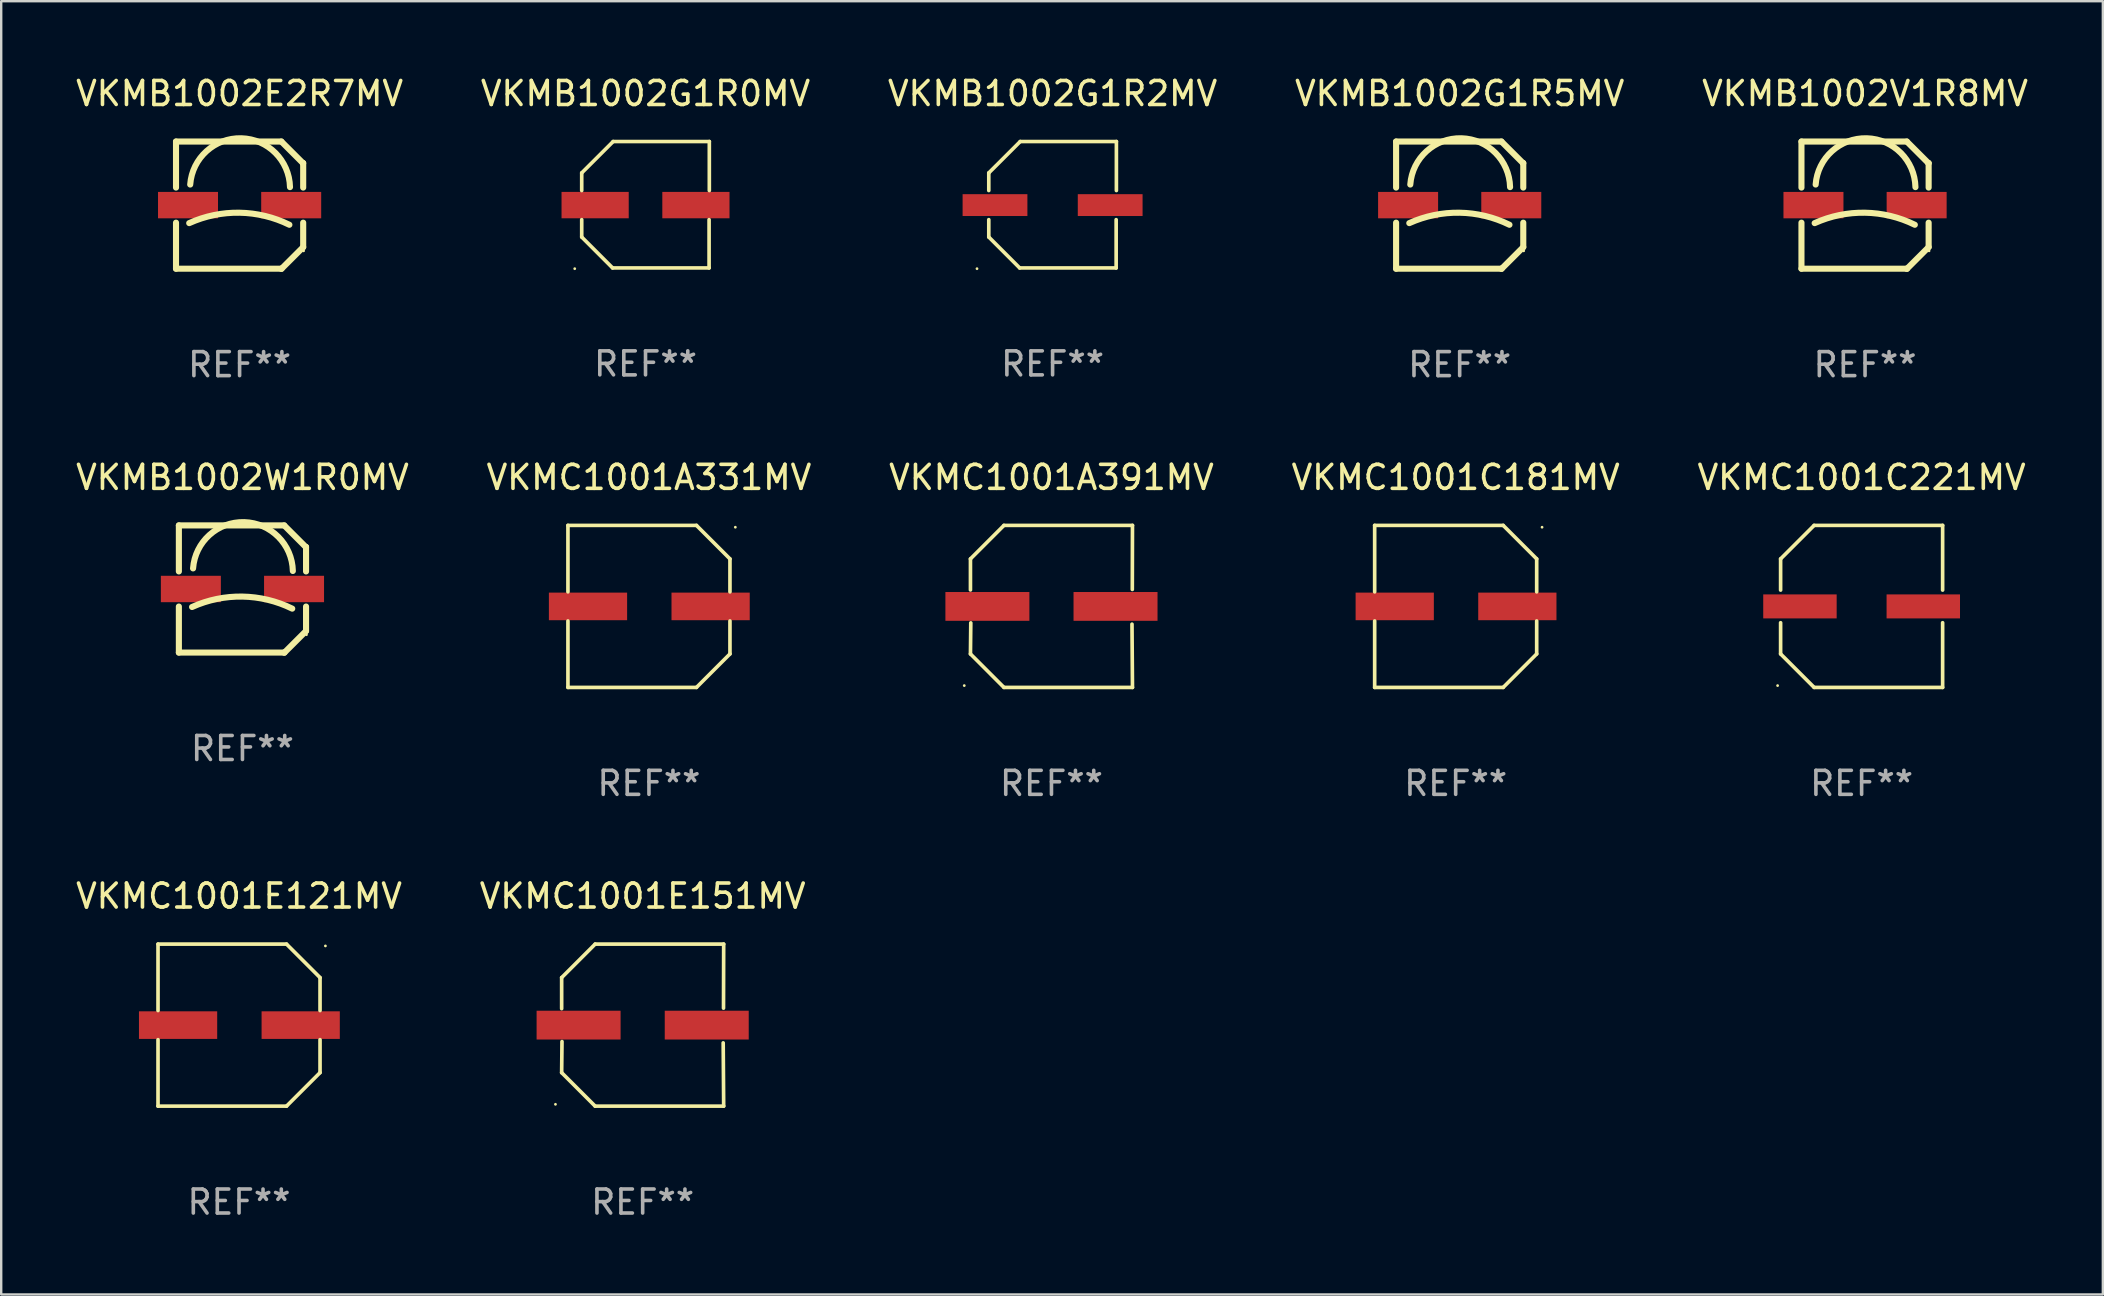
<source format=kicad_pcb>
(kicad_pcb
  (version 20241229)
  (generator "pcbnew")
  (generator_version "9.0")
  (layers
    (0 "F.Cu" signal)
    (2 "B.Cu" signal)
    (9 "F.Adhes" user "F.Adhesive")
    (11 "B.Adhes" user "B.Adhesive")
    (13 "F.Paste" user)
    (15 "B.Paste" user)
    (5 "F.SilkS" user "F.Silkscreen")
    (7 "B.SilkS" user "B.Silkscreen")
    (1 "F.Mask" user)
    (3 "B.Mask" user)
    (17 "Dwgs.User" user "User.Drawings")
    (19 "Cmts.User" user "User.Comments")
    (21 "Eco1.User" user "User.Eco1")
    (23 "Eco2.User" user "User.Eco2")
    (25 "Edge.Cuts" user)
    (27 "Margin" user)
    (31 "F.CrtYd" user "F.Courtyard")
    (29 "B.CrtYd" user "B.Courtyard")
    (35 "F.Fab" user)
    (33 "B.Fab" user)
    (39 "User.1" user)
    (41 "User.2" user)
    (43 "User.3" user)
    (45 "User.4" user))
  (footprint "VKMB1002E2R7MV"
    (layer "F.Cu")
    (at 6.935 5.498)
    (property "Reference" "VKMB1002E2R7MV" (at 0 -4.65 0) (layer "F.SilkS") (effects (font (size 1 1) (thickness 0.15))))
    (attr through_hole)
    (fp_line (start -2.65 -2.65) (end 1.74 -2.65) (stroke (width 0.254) (type solid)) (layer "F.SilkS"))
    (fp_line (start -2.65 -0.731) (end -2.65 -2.65) (stroke (width 0.254) (type solid)) (layer "F.SilkS"))
    (fp_line (start -2.65 2.65) (end -2.65 0.731) (stroke (width 0.254) (type solid)) (layer "F.SilkS"))
    (fp_line (start -2.65 2.65) (end 1.73 2.65) (stroke (width 0.254) (type solid)) (layer "F.SilkS"))
    (fp_line (start 1.73 2.65) (end 1.75 2.65) (stroke (width 0.254) (type solid)) (layer "F.SilkS"))
    (fp_line (start 1.75 2.65) (end 2.65 1.75) (stroke (width 0.254) (type solid)) (layer "F.SilkS"))
    (fp_line (start 2.64 -1.75) (end 1.74 -2.65) (stroke (width 0.254) (type solid)) (layer "F.SilkS"))
    (fp_line (start 2.65 -1.75) (end 2.64 -1.75) (stroke (width 0.254) (type solid)) (layer "F.SilkS"))
    (fp_line (start 2.65 -0.731) (end 2.65 -1.75) (stroke (width 0.254) (type solid)) (layer "F.SilkS"))
    (fp_line (start 2.65 1.75) (end 2.65 0.731) (stroke (width 0.254) (type solid)) (layer "F.SilkS"))
    (fp_arc (start -2.1 0.749886) (mid -0.005214 0.316693) (end 2.074168 0.818644) (stroke (width 0.254001) (type solid)) (layer "F.SilkS"))
    (fp_arc (start -2.058369 -0.857759) (mid 0.072137 -2.78601) (end 2.1 -0.750089) (stroke (width 0.254001) (type solid)) (layer "F.SilkS"))
    (fp_circle (center 2.667 1.905) (end 2.697 1.905) (stroke (width 0.06) (type solid)) (fill no) (layer "F.SilkS"))
    (fp_text user "REF**" (at 0 6.65 0) (layer "F.Fab") (effects (font (size 1 1) (thickness 0.15))))
    (pad "1" smd rect (at 2.15 0) (size 2.5 1.1) (layers "F.Cu" "F.Mask" "F.Paste"))
    (pad "2" smd rect (at -2.15 0) (size 2.5 1.1) (layers "F.Cu" "F.Mask" "F.Paste")))
  (footprint "VKMC1001E151MV"
    (layer "F.Cu")
    (at 23.732 39.67)
    (property "Reference" "VKMC1001E151MV" (at 0 -5.376 0) (layer "F.SilkS") (effects (font (size 1 1) (thickness 0.15))))
    (attr through_hole)
    (fp_line (start -3.376 -1.98) (end -3.376 -0.686) (stroke (width 0.152) (type solid)) (layer "F.SilkS"))
    (fp_line (start -3.376 1.981) (end -3.362 0.686) (stroke (width 0.152) (type solid)) (layer "F.SilkS"))
    (fp_line (start -1.981 3.376) (end -3.376 1.981) (stroke (width 0.152) (type solid)) (layer "F.SilkS"))
    (fp_line (start -1.98 -3.376) (end -3.376 -1.98) (stroke (width 0.152) (type solid)) (layer "F.SilkS"))
    (fp_line (start 3.356 0.74) (end 3.376 3.376) (stroke (width 0.152) (type solid)) (layer "F.SilkS"))
    (fp_line (start 3.369 -0.707) (end 3.376 -3.376) (stroke (width 0.152) (type solid)) (layer "F.SilkS"))
    (fp_line (start 3.376 3.376) (end -1.981 3.376) (stroke (width 0.152) (type solid)) (layer "F.SilkS"))
    (fp_line (start 3.376 -3.376) (end -1.98 -3.376) (stroke (width 0.152) (type solid)) (layer "F.SilkS"))
    (fp_circle (center -3.634 3.3) (end -3.604 3.3) (stroke (width 0.06) (type solid)) (fill no) (layer "F.SilkS"))
    (fp_text user "REF**" (at 0 7.376 0) (layer "F.Fab") (effects (font (size 1 1) (thickness 0.15))))
    (pad "1" smd rect (at -2.67 0.000254) (size 3.5 1.2) (layers "F.Cu" "F.Mask" "F.Paste"))
    (pad "2" smd rect (at 2.67 0.000254) (size 3.5 1.2) (layers "F.Cu" "F.Mask" "F.Paste")))
  (footprint "VKMB1002G1R0MV"
    (layer "F.Cu")
    (at 23.851 5.482)
    (property "Reference" "VKMB1002G1R0MV" (at 0 -4.634 0) (layer "F.SilkS") (effects (font (size 1 1) (thickness 0.15))))
    (attr through_hole)
    (fp_line (start -2.659 -1.326) (end -2.659 -0.592) (stroke (width 0.152) (type solid)) (layer "F.SilkS"))
    (fp_line (start -2.659 1.346) (end -2.659 0.622) (stroke (width 0.152) (type solid)) (layer "F.SilkS"))
    (fp_line (start -1.372 2.634) (end -2.659 1.346) (stroke (width 0.152) (type solid)) (layer "F.SilkS"))
    (fp_line (start -1.349 -2.634) (end -2.659 -1.326) (stroke (width 0.152) (type solid)) (layer "F.SilkS"))
    (fp_line (start 2.649 0.622) (end 2.649 2.634) (stroke (width 0.152) (type solid)) (layer "F.SilkS"))
    (fp_line (start 2.649 2.634) (end -1.372 2.634) (stroke (width 0.152) (type solid)) (layer "F.SilkS"))
    (fp_line (start 2.659 -2.634) (end -1.349 -2.634) (stroke (width 0.152) (type solid)) (layer "F.SilkS"))
    (fp_line (start 2.659 -0.592) (end 2.659 -2.634) (stroke (width 0.152) (type solid)) (layer "F.SilkS"))
    (fp_circle (center -2.95 2.665) (end -2.92 2.665) (stroke (width 0.06) (type solid)) (fill no) (layer "F.SilkS"))
    (fp_text user "REF**" (at 0 6.634 0) (layer "F.Fab") (effects (font (size 1 1) (thickness 0.15))))
    (pad "1" smd rect (at -2.1 0.015) (size 2.8 1.1) (layers "F.Cu" "F.Mask" "F.Paste"))
    (pad "2" smd rect (at 2.1 0.015) (size 2.8 1.1) (layers "F.Cu" "F.Mask" "F.Paste")))
  (footprint "VKMC1001A331MV"
    (layer "F.Cu")
    (at 23.994 22.221)
    (property "Reference" "VKMC1001A331MV" (at 0 -5.376 0) (layer "F.SilkS") (effects (font (size 1 1) (thickness 0.15))))
    (attr through_hole)
    (fp_line (start -3.376 -3.376) (end 1.98 -3.376) (stroke (width 0.152) (type solid)) (layer "F.SilkS"))
    (fp_line (start -3.376 -0.607) (end -3.376 -3.376) (stroke (width 0.152) (type solid)) (layer "F.SilkS"))
    (fp_line (start -3.376 0.607) (end -3.376 3.376) (stroke (width 0.152) (type solid)) (layer "F.SilkS"))
    (fp_line (start -3.376 3.376) (end 1.98 3.376) (stroke (width 0.152) (type solid)) (layer "F.SilkS"))
    (fp_line (start 1.98 -3.376) (end 3.376 -1.98) (stroke (width 0.152) (type solid)) (layer "F.SilkS"))
    (fp_line (start 1.98 3.376) (end 3.376 1.98) (stroke (width 0.152) (type solid)) (layer "F.SilkS"))
    (fp_line (start 3.376 -1.98) (end 3.376 -0.607) (stroke (width 0.152) (type solid)) (layer "F.SilkS"))
    (fp_line (start 3.376 1.98) (end 3.376 0.607) (stroke (width 0.152) (type solid)) (layer "F.SilkS"))
    (fp_circle (center 3.6 -3.3) (end 3.63 -3.3) (stroke (width 0.06) (type solid)) (fill no) (layer "F.SilkS"))
    (fp_text user "REF**" (at 0 7.376 0) (layer "F.Fab") (effects (font (size 1 1) (thickness 0.15))))
    (pad "1" smd rect (at 2.57 0 180) (size 3.26 1.15) (layers "F.Cu" "F.Mask" "F.Paste"))
    (pad "2" smd rect (at -2.54 0 180) (size 3.26 1.15) (layers "F.Cu" "F.Mask" "F.Paste")))
  (footprint "VKMB1002W1R0MV"
    (layer "F.Cu")
    (at 7.054 21.495)
    (property "Reference" "VKMB1002W1R0MV" (at 0 -4.65 0) (layer "F.SilkS") (effects (font (size 1 1) (thickness 0.15))))
    (attr through_hole)
    (fp_line (start -2.65 -2.65) (end 1.74 -2.65) (stroke (width 0.254) (type solid)) (layer "F.SilkS"))
    (fp_line (start -2.65 -0.731) (end -2.65 -2.65) (stroke (width 0.254) (type solid)) (layer "F.SilkS"))
    (fp_line (start -2.65 2.65) (end -2.65 0.731) (stroke (width 0.254) (type solid)) (layer "F.SilkS"))
    (fp_line (start -2.65 2.65) (end 1.73 2.65) (stroke (width 0.254) (type solid)) (layer "F.SilkS"))
    (fp_line (start 1.73 2.65) (end 1.75 2.65) (stroke (width 0.254) (type solid)) (layer "F.SilkS"))
    (fp_line (start 1.75 2.65) (end 2.65 1.75) (stroke (width 0.254) (type solid)) (layer "F.SilkS"))
    (fp_line (start 2.64 -1.75) (end 1.74 -2.65) (stroke (width 0.254) (type solid)) (layer "F.SilkS"))
    (fp_line (start 2.65 -1.75) (end 2.64 -1.75) (stroke (width 0.254) (type solid)) (layer "F.SilkS"))
    (fp_line (start 2.65 -0.731) (end 2.65 -1.75) (stroke (width 0.254) (type solid)) (layer "F.SilkS"))
    (fp_line (start 2.65 1.75) (end 2.65 0.731) (stroke (width 0.254) (type solid)) (layer "F.SilkS"))
    (fp_arc (start -2.1 0.749886) (mid -0.005214 0.316693) (end 2.074168 0.818644) (stroke (width 0.254001) (type solid)) (layer "F.SilkS"))
    (fp_arc (start -2.058369 -0.857759) (mid 0.072137 -2.78601) (end 2.1 -0.750089) (stroke (width 0.254001) (type solid)) (layer "F.SilkS"))
    (fp_circle (center 2.667 1.905) (end 2.697 1.905) (stroke (width 0.06) (type solid)) (fill no) (layer "F.SilkS"))
    (fp_text user "REF**" (at 0 6.65 0) (layer "F.Fab") (effects (font (size 1 1) (thickness 0.15))))
    (pad "1" smd rect (at 2.15 0) (size 2.5 1.1) (layers "F.Cu" "F.Mask" "F.Paste"))
    (pad "2" smd rect (at -2.15 0) (size 2.5 1.1) (layers "F.Cu" "F.Mask" "F.Paste")))
  (footprint "VKMC1001C221MV"
    (layer "F.Cu")
    (at 74.53 22.221)
    (property "Reference" "VKMC1001C221MV" (at 0 -5.376 0) (layer "F.SilkS") (effects (font (size 1 1) (thickness 0.15))))
    (attr through_hole)
    (fp_line (start -3.376 -1.98) (end -3.376 -0.68) (stroke (width 0.152) (type solid)) (layer "F.SilkS"))
    (fp_line (start -3.376 -1.98) (end -1.98 -3.376) (stroke (width 0.152) (type solid)) (layer "F.SilkS"))
    (fp_line (start -3.376 0.68) (end -3.376 1.98) (stroke (width 0.152) (type solid)) (layer "F.SilkS"))
    (fp_line (start -3.376 1.98) (end -1.98 3.376) (stroke (width 0.152) (type solid)) (layer "F.SilkS"))
    (fp_line (start -1.98 -3.376) (end 3.376 -3.376) (stroke (width 0.152) (type solid)) (layer "F.SilkS"))
    (fp_line (start -1.98 3.376) (end 3.376 3.376) (stroke (width 0.152) (type solid)) (layer "F.SilkS"))
    (fp_line (start 3.376 -3.376) (end 3.376 -0.68) (stroke (width 0.152) (type solid)) (layer "F.SilkS"))
    (fp_line (start 3.376 0.68) (end 3.376 3.376) (stroke (width 0.152) (type solid)) (layer "F.SilkS"))
    (fp_circle (center -3.501 3.3) (end -3.471 3.3) (stroke (width 0.06) (type solid)) (fill no) (layer "F.SilkS"))
    (fp_text user "REF**" (at 0 7.376 0) (layer "F.Fab") (effects (font (size 1 1) (thickness 0.15))))
    (pad "1" smd rect (at -2.57 0.000013) (size 3.06 1) (layers "F.Cu" "F.Mask" "F.Paste"))
    (pad "2" smd rect (at 2.57 0.000013) (size 3.06 1) (layers "F.Cu" "F.Mask" "F.Paste")))
  (footprint "VKMC1001A391MV"
    (layer "F.Cu")
    (at 40.768 22.221)
    (property "Reference" "VKMC1001A391MV" (at 0 -5.376 0) (layer "F.SilkS") (effects (font (size 1 1) (thickness 0.15))))
    (attr through_hole)
    (fp_line (start -3.376 -1.98) (end -3.376 -0.686) (stroke (width 0.152) (type solid)) (layer "F.SilkS"))
    (fp_line (start -3.376 1.981) (end -3.362 0.686) (stroke (width 0.152) (type solid)) (layer "F.SilkS"))
    (fp_line (start -1.981 3.376) (end -3.376 1.981) (stroke (width 0.152) (type solid)) (layer "F.SilkS"))
    (fp_line (start -1.98 -3.376) (end -3.376 -1.98) (stroke (width 0.152) (type solid)) (layer "F.SilkS"))
    (fp_line (start 3.356 0.74) (end 3.376 3.376) (stroke (width 0.152) (type solid)) (layer "F.SilkS"))
    (fp_line (start 3.369 -0.707) (end 3.376 -3.376) (stroke (width 0.152) (type solid)) (layer "F.SilkS"))
    (fp_line (start 3.376 3.376) (end -1.981 3.376) (stroke (width 0.152) (type solid)) (layer "F.SilkS"))
    (fp_line (start 3.376 -3.376) (end -1.98 -3.376) (stroke (width 0.152) (type solid)) (layer "F.SilkS"))
    (fp_circle (center -3.634 3.3) (end -3.604 3.3) (stroke (width 0.06) (type solid)) (fill no) (layer "F.SilkS"))
    (fp_text user "REF**" (at 0 7.376 0) (layer "F.Fab") (effects (font (size 1 1) (thickness 0.15))))
    (pad "1" smd rect (at -2.67 0.000254) (size 3.5 1.2) (layers "F.Cu" "F.Mask" "F.Paste"))
    (pad "2" smd rect (at 2.67 0.000254) (size 3.5 1.2) (layers "F.Cu" "F.Mask" "F.Paste")))
  (footprint "VKMB1002G1R5MV"
    (layer "F.Cu")
    (at 57.78 5.498)
    (property "Reference" "VKMB1002G1R5MV" (at 0 -4.65 0) (layer "F.SilkS") (effects (font (size 1 1) (thickness 0.15))))
    (attr through_hole)
    (fp_line (start -2.65 -2.65) (end 1.74 -2.65) (stroke (width 0.254) (type solid)) (layer "F.SilkS"))
    (fp_line (start -2.65 -0.731) (end -2.65 -2.65) (stroke (width 0.254) (type solid)) (layer "F.SilkS"))
    (fp_line (start -2.65 2.65) (end -2.65 0.731) (stroke (width 0.254) (type solid)) (layer "F.SilkS"))
    (fp_line (start -2.65 2.65) (end 1.73 2.65) (stroke (width 0.254) (type solid)) (layer "F.SilkS"))
    (fp_line (start 1.73 2.65) (end 1.75 2.65) (stroke (width 0.254) (type solid)) (layer "F.SilkS"))
    (fp_line (start 1.75 2.65) (end 2.65 1.75) (stroke (width 0.254) (type solid)) (layer "F.SilkS"))
    (fp_line (start 2.64 -1.75) (end 1.74 -2.65) (stroke (width 0.254) (type solid)) (layer "F.SilkS"))
    (fp_line (start 2.65 -1.75) (end 2.64 -1.75) (stroke (width 0.254) (type solid)) (layer "F.SilkS"))
    (fp_line (start 2.65 -0.731) (end 2.65 -1.75) (stroke (width 0.254) (type solid)) (layer "F.SilkS"))
    (fp_line (start 2.65 1.75) (end 2.65 0.731) (stroke (width 0.254) (type solid)) (layer "F.SilkS"))
    (fp_arc (start -2.1 0.749886) (mid -0.005214 0.316693) (end 2.074168 0.818644) (stroke (width 0.254001) (type solid)) (layer "F.SilkS"))
    (fp_arc (start -2.058369 -0.857759) (mid 0.072137 -2.78601) (end 2.1 -0.750089) (stroke (width 0.254001) (type solid)) (layer "F.SilkS"))
    (fp_circle (center 2.667 1.905) (end 2.697 1.905) (stroke (width 0.06) (type solid)) (fill no) (layer "F.SilkS"))
    (fp_text user "REF**" (at 0 6.65 0) (layer "F.Fab") (effects (font (size 1 1) (thickness 0.15))))
    (pad "1" smd rect (at 2.15 0) (size 2.5 1.1) (layers "F.Cu" "F.Mask" "F.Paste"))
    (pad "2" smd rect (at -2.15 0) (size 2.5 1.1) (layers "F.Cu" "F.Mask" "F.Paste")))
  (footprint "VKMB1002V1R8MV"
    (layer "F.Cu")
    (at 74.673 5.498)
    (property "Reference" "VKMB1002V1R8MV" (at 0 -4.65 0) (layer "F.SilkS") (effects (font (size 1 1) (thickness 0.15))))
    (attr through_hole)
    (fp_line (start -2.65 -2.65) (end 1.74 -2.65) (stroke (width 0.254) (type solid)) (layer "F.SilkS"))
    (fp_line (start -2.65 -0.731) (end -2.65 -2.65) (stroke (width 0.254) (type solid)) (layer "F.SilkS"))
    (fp_line (start -2.65 2.65) (end -2.65 0.731) (stroke (width 0.254) (type solid)) (layer "F.SilkS"))
    (fp_line (start -2.65 2.65) (end 1.73 2.65) (stroke (width 0.254) (type solid)) (layer "F.SilkS"))
    (fp_line (start 1.73 2.65) (end 1.75 2.65) (stroke (width 0.254) (type solid)) (layer "F.SilkS"))
    (fp_line (start 1.75 2.65) (end 2.65 1.75) (stroke (width 0.254) (type solid)) (layer "F.SilkS"))
    (fp_line (start 2.64 -1.75) (end 1.74 -2.65) (stroke (width 0.254) (type solid)) (layer "F.SilkS"))
    (fp_line (start 2.65 -1.75) (end 2.64 -1.75) (stroke (width 0.254) (type solid)) (layer "F.SilkS"))
    (fp_line (start 2.65 -0.731) (end 2.65 -1.75) (stroke (width 0.254) (type solid)) (layer "F.SilkS"))
    (fp_line (start 2.65 1.75) (end 2.65 0.731) (stroke (width 0.254) (type solid)) (layer "F.SilkS"))
    (fp_arc (start -2.1 0.749886) (mid -0.005214 0.316693) (end 2.074168 0.818644) (stroke (width 0.254001) (type solid)) (layer "F.SilkS"))
    (fp_arc (start -2.058369 -0.857759) (mid 0.072137 -2.78601) (end 2.1 -0.750089) (stroke (width 0.254001) (type solid)) (layer "F.SilkS"))
    (fp_circle (center 2.667 1.905) (end 2.697 1.905) (stroke (width 0.06) (type solid)) (fill no) (layer "F.SilkS"))
    (fp_text user "REF**" (at 0 6.65 0) (layer "F.Fab") (effects (font (size 1 1) (thickness 0.15))))
    (pad "1" smd rect (at 2.15 0) (size 2.5 1.1) (layers "F.Cu" "F.Mask" "F.Paste"))
    (pad "2" smd rect (at -2.15 0) (size 2.5 1.1) (layers "F.Cu" "F.Mask" "F.Paste")))
  (footprint "VKMC1001E121MV"
    (layer "F.Cu")
    (at 6.911 39.67)
    (property "Reference" "VKMC1001E121MV" (at 0 -5.376 0) (layer "F.SilkS") (effects (font (size 1 1) (thickness 0.15))))
    (attr through_hole)
    (fp_line (start -3.376 -3.376) (end 1.98 -3.376) (stroke (width 0.152) (type solid)) (layer "F.SilkS"))
    (fp_line (start -3.376 -0.607) (end -3.376 -3.376) (stroke (width 0.152) (type solid)) (layer "F.SilkS"))
    (fp_line (start -3.376 0.607) (end -3.376 3.376) (stroke (width 0.152) (type solid)) (layer "F.SilkS"))
    (fp_line (start -3.376 3.376) (end 1.98 3.376) (stroke (width 0.152) (type solid)) (layer "F.SilkS"))
    (fp_line (start 1.98 -3.376) (end 3.376 -1.98) (stroke (width 0.152) (type solid)) (layer "F.SilkS"))
    (fp_line (start 1.98 3.376) (end 3.376 1.98) (stroke (width 0.152) (type solid)) (layer "F.SilkS"))
    (fp_line (start 3.376 -1.98) (end 3.376 -0.607) (stroke (width 0.152) (type solid)) (layer "F.SilkS"))
    (fp_line (start 3.376 1.98) (end 3.376 0.607) (stroke (width 0.152) (type solid)) (layer "F.SilkS"))
    (fp_circle (center 3.6 -3.3) (end 3.63 -3.3) (stroke (width 0.06) (type solid)) (fill no) (layer "F.SilkS"))
    (fp_text user "REF**" (at 0 7.376 0) (layer "F.Fab") (effects (font (size 1 1) (thickness 0.15))))
    (pad "1" smd rect (at 2.57 0 180) (size 3.26 1.15) (layers "F.Cu" "F.Mask" "F.Paste"))
    (pad "2" smd rect (at -2.54 0 180) (size 3.26 1.15) (layers "F.Cu" "F.Mask" "F.Paste")))
  (footprint "VKMB1002G1R2MV"
    (layer "F.Cu")
    (at 40.815 5.482)
    (property "Reference" "VKMB1002G1R2MV" (at 0 -4.634 0) (layer "F.SilkS") (effects (font (size 1 1) (thickness 0.15))))
    (attr through_hole)
    (fp_line (start -2.659 -1.326) (end -2.659 -0.592) (stroke (width 0.152) (type solid)) (layer "F.SilkS"))
    (fp_line (start -2.659 1.346) (end -2.659 0.622) (stroke (width 0.152) (type solid)) (layer "F.SilkS"))
    (fp_line (start -1.372 2.634) (end -2.659 1.346) (stroke (width 0.152) (type solid)) (layer "F.SilkS"))
    (fp_line (start -1.349 -2.634) (end -2.659 -1.326) (stroke (width 0.152) (type solid)) (layer "F.SilkS"))
    (fp_line (start 2.649 0.622) (end 2.649 2.634) (stroke (width 0.152) (type solid)) (layer "F.SilkS"))
    (fp_line (start 2.649 2.634) (end -1.372 2.634) (stroke (width 0.152) (type solid)) (layer "F.SilkS"))
    (fp_line (start 2.659 -2.634) (end -1.349 -2.634) (stroke (width 0.152) (type solid)) (layer "F.SilkS"))
    (fp_line (start 2.659 -0.592) (end 2.659 -2.634) (stroke (width 0.152) (type solid)) (layer "F.SilkS"))
    (fp_circle (center -3.15 2.665) (end -3.12 2.665) (stroke (width 0.06) (type solid)) (fill no) (layer "F.SilkS"))
    (fp_text user "REF**" (at 0 6.634 0) (layer "F.Fab") (effects (font (size 1 1) (thickness 0.15))))
    (pad "1" smd rect (at -2.4 0.015) (size 2.7 0.91) (layers "F.Cu" "F.Mask" "F.Paste"))
    (pad "2" smd rect (at 2.4 0.015) (size 2.7 0.91) (layers "F.Cu" "F.Mask" "F.Paste")))
  (footprint "VKMC1001C181MV"
    (layer "F.Cu")
    (at 57.613 22.221)
    (property "Reference" "VKMC1001C181MV" (at 0 -5.376 0) (layer "F.SilkS") (effects (font (size 1 1) (thickness 0.15))))
    (attr through_hole)
    (fp_line (start -3.376 -3.376) (end 1.98 -3.376) (stroke (width 0.152) (type solid)) (layer "F.SilkS"))
    (fp_line (start -3.376 -0.607) (end -3.376 -3.376) (stroke (width 0.152) (type solid)) (layer "F.SilkS"))
    (fp_line (start -3.376 0.607) (end -3.376 3.376) (stroke (width 0.152) (type solid)) (layer "F.SilkS"))
    (fp_line (start -3.376 3.376) (end 1.98 3.376) (stroke (width 0.152) (type solid)) (layer "F.SilkS"))
    (fp_line (start 1.98 -3.376) (end 3.376 -1.98) (stroke (width 0.152) (type solid)) (layer "F.SilkS"))
    (fp_line (start 1.98 3.376) (end 3.376 1.98) (stroke (width 0.152) (type solid)) (layer "F.SilkS"))
    (fp_line (start 3.376 -1.98) (end 3.376 -0.607) (stroke (width 0.152) (type solid)) (layer "F.SilkS"))
    (fp_line (start 3.376 1.98) (end 3.376 0.607) (stroke (width 0.152) (type solid)) (layer "F.SilkS"))
    (fp_circle (center 3.6 -3.3) (end 3.63 -3.3) (stroke (width 0.06) (type solid)) (fill no) (layer "F.SilkS"))
    (fp_text user "REF**" (at 0 7.376 0) (layer "F.Fab") (effects (font (size 1 1) (thickness 0.15))))
    (pad "1" smd rect (at 2.57 0 180) (size 3.26 1.15) (layers "F.Cu" "F.Mask" "F.Paste"))
    (pad "2" smd rect (at -2.54 0 180) (size 3.26 1.15) (layers "F.Cu" "F.Mask" "F.Paste")))
  (gr_rect
    (start -3 -3)
    (end 84.583 50.894)
    (stroke (width 0.1) (type default))
    (fill no)
    (layer "Edge.Cuts")))
</source>
